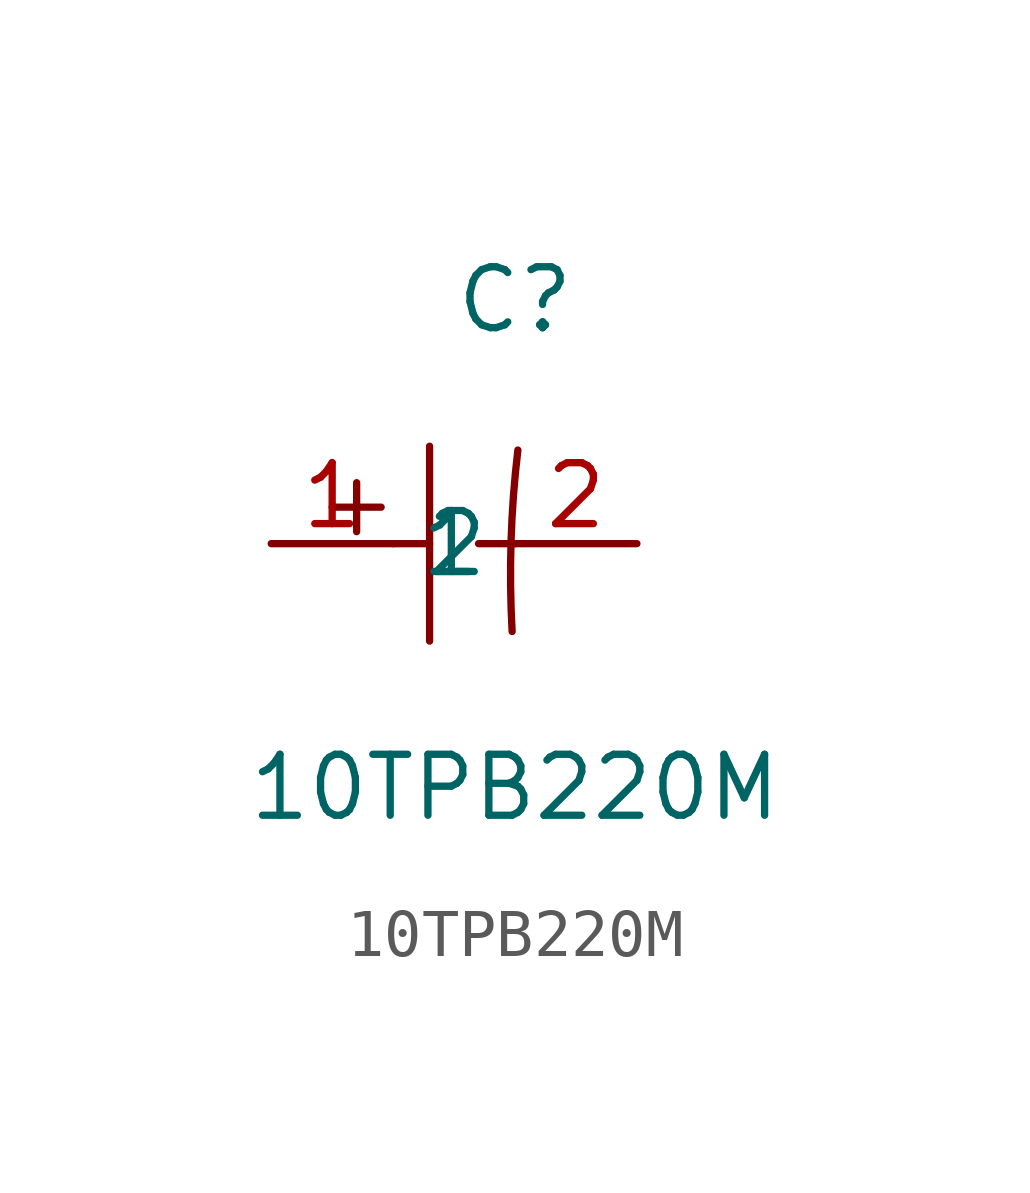
<source format=kicad_sym>
(kicad_symbol_lib
  (version 20211014)
  (generator https://github.com/uPesy/easyeda2kicad.py)
  (symbol "10TPB220M"
    (property "Reference" "C"
      (at 0 5.08 0)
      (effects (font (size 1.27 1.27))))
    (property "Value" "10TPB220M"
      (at 0 -5.08 0)
      (effects (font (size 1.27 1.27))))
    (symbol "10TPB220M_0_1"
      (arc (start 0.06 1.95) (mid -0.05 -2.00) (end -0.06 -1.83) (stroke (width 0) (type default) (color 0 0 0 0)) (fill (type none)))
      (polyline (pts (xy -1.78 2.03) (xy -1.78 -2.03)) (stroke (width 0) (type default) (color 0 0 0 0)) (fill (type none)))
      (polyline (pts (xy -2.54 -0.00) (xy -1.78 -0.00)) (stroke (width 0) (type default) (color 0 0 0 0)) (fill (type none)))
      (polyline (pts (xy -0.76 -0.00) (xy 0.00 -0.00)) (stroke (width 0) (type default) (color 0 0 0 0)) (fill (type none)))
      (polyline (pts (xy -3.81 0.76) (xy -2.79 0.76)) (stroke (width 0) (type default) (color 0 0 0 0)) (fill (type none)))
      (polyline (pts (xy -3.30 1.27) (xy -3.30 0.25)) (stroke (width 0) (type default) (color 0 0 0 0)) (fill (type none)))
      (pin input line (at -5.08 -0.00 0) (length 2.54) (name "1" (effects (font (size 1.27 1.27)))) (number "1" (effects (font (size 1.27 1.27)))))
      (pin input line (at 2.54 -0.00 180) (length 2.54) (name "2" (effects (font (size 1.27 1.27)))) (number "2" (effects (font (size 1.27 1.27))))))))
</source>
